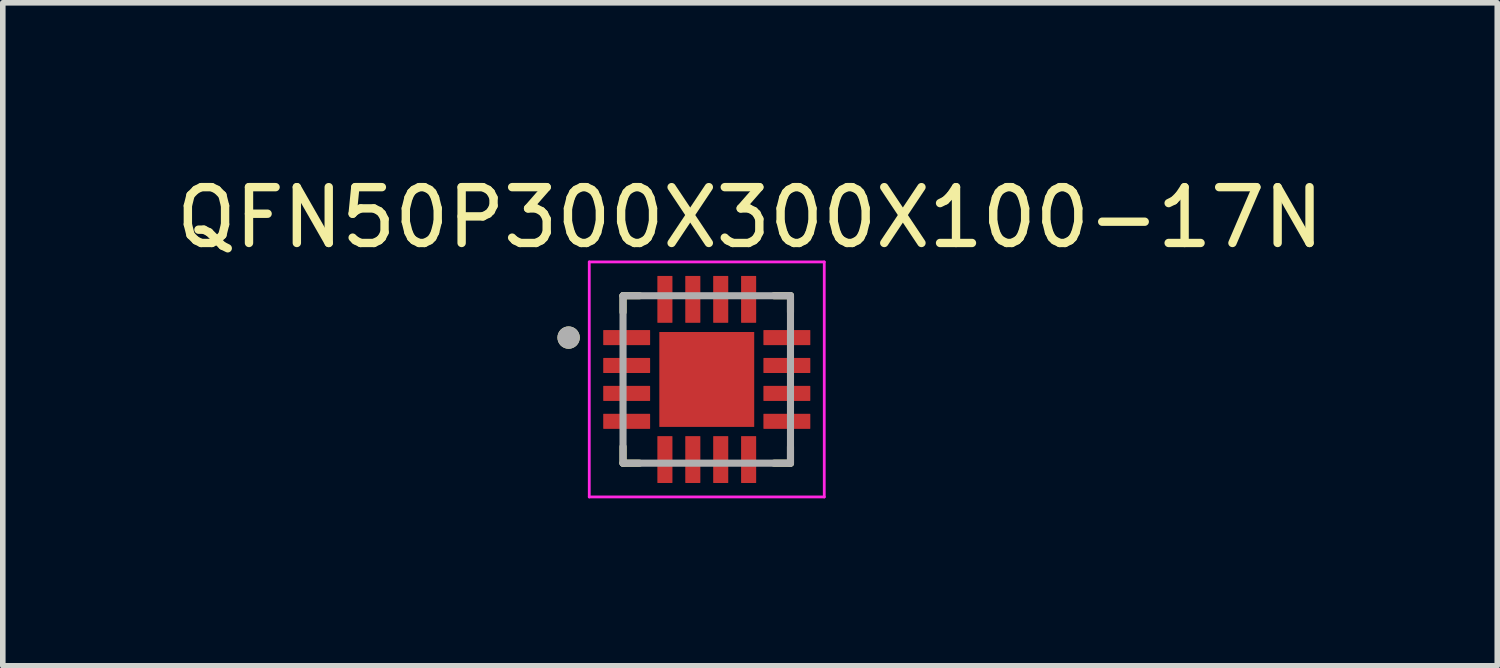
<source format=kicad_pcb>
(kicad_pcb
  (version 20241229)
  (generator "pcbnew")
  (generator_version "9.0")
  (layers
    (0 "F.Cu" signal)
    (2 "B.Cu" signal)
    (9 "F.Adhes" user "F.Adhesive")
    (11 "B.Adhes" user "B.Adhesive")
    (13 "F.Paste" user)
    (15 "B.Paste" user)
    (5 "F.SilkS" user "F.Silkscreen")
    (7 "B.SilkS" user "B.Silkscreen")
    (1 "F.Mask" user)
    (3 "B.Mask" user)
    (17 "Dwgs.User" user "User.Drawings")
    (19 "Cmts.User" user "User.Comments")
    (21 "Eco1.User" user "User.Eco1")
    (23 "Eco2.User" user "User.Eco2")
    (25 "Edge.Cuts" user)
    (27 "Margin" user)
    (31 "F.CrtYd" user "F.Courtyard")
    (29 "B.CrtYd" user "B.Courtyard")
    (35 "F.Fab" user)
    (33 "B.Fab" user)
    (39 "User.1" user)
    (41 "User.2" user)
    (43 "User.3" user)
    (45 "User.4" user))
  (footprint "QFN50P300X300X100-17N"
    (layer "F.Cu")
    (at 9.612 3.748)
    (property "Reference" "QFN50P300X300X100-17N" (at 0.775 -2.9 0) (layer "F.SilkS") (effects (font (size 1 1) (thickness 0.15))))
    (attr smd)
    (fp_line (start -1.5 -1.5) (end -1.5 -1.205) (stroke (width 0.127) (type solid)) (layer "F.SilkS"))
    (fp_line (start -1.5 -1.5) (end -1.205 -1.5) (stroke (width 0.127) (type solid)) (layer "F.SilkS"))
    (fp_line (start -1.5 1.5) (end -1.5 1.205) (stroke (width 0.127) (type solid)) (layer "F.SilkS"))
    (fp_line (start -1.5 1.5) (end -1.205 1.5) (stroke (width 0.127) (type solid)) (layer "F.SilkS"))
    (fp_line (start 1.5 -1.5) (end 1.205 -1.5) (stroke (width 0.127) (type solid)) (layer "F.SilkS"))
    (fp_line (start 1.5 -1.5) (end 1.5 -1.205) (stroke (width 0.127) (type solid)) (layer "F.SilkS"))
    (fp_line (start 1.5 1.5) (end 1.205 1.5) (stroke (width 0.127) (type solid)) (layer "F.SilkS"))
    (fp_line (start 1.5 1.5) (end 1.5 1.205) (stroke (width 0.127) (type solid)) (layer "F.SilkS"))
    (fp_circle (center -2.475 -0.75) (end -2.375 -0.75) (stroke (width 0.2) (type solid)) (fill no) (layer "F.SilkS"))
    (fp_poly (pts (xy -0.54 -0.54) (xy 0.54 -0.54) (xy 0.54 0.54) (xy -0.54 0.54)) (stroke (width 0.01) (type solid)) (fill yes) (layer "F.Paste"))
    (fp_line (start -2.105 -2.105) (end 2.105 -2.105) (stroke (width 0.05) (type solid)) (layer "F.CrtYd"))
    (fp_line (start -2.105 2.105) (end -2.105 -2.105) (stroke (width 0.05) (type solid)) (layer "F.CrtYd"))
    (fp_line (start -2.105 2.105) (end 2.105 2.105) (stroke (width 0.05) (type solid)) (layer "F.CrtYd"))
    (fp_line (start 2.105 2.105) (end 2.105 -2.105) (stroke (width 0.05) (type solid)) (layer "F.CrtYd"))
    (fp_line (start -1.5 1.5) (end -1.5 -1.5) (stroke (width 0.127) (type solid)) (layer "F.Fab"))
    (fp_line (start 1.5 -1.5) (end -1.5 -1.5) (stroke (width 0.127) (type solid)) (layer "F.Fab"))
    (fp_line (start 1.5 1.5) (end -1.5 1.5) (stroke (width 0.127) (type solid)) (layer "F.Fab"))
    (fp_line (start 1.5 1.5) (end 1.5 -1.5) (stroke (width 0.127) (type solid)) (layer "F.Fab"))
    (fp_circle (center -2.475 -0.75) (end -2.375 -0.75) (stroke (width 0.2) (type solid)) (fill no) (layer "F.Fab"))
    (pad "1" smd roundrect (at -1.435 -0.75) (size 0.84 0.27) (layers "F.Cu" "F.Mask" "F.Paste") (roundrect_rratio 0.03))
    (pad "2" smd roundrect (at -1.435 -0.25) (size 0.84 0.27) (layers "F.Cu" "F.Mask" "F.Paste") (roundrect_rratio 0.03))
    (pad "3" smd roundrect (at -1.435 0.25) (size 0.84 0.27) (layers "F.Cu" "F.Mask" "F.Paste") (roundrect_rratio 0.03))
    (pad "4" smd roundrect (at -1.435 0.75) (size 0.84 0.27) (layers "F.Cu" "F.Mask" "F.Paste") (roundrect_rratio 0.03))
    (pad "5" smd roundrect (at -0.75 1.435 90) (size 0.84 0.27) (layers "F.Cu" "F.Mask" "F.Paste") (roundrect_rratio 0.03))
    (pad "6" smd roundrect (at -0.25 1.435 90) (size 0.84 0.27) (layers "F.Cu" "F.Mask" "F.Paste") (roundrect_rratio 0.03))
    (pad "7" smd roundrect (at 0.25 1.435 90) (size 0.84 0.27) (layers "F.Cu" "F.Mask" "F.Paste") (roundrect_rratio 0.03))
    (pad "8" smd roundrect (at 0.75 1.435 90) (size 0.84 0.27) (layers "F.Cu" "F.Mask" "F.Paste") (roundrect_rratio 0.03))
    (pad "9" smd roundrect (at 1.435 0.75) (size 0.84 0.27) (layers "F.Cu" "F.Mask" "F.Paste") (roundrect_rratio 0.03))
    (pad "10" smd roundrect (at 1.435 0.25) (size 0.84 0.27) (layers "F.Cu" "F.Mask" "F.Paste") (roundrect_rratio 0.03))
    (pad "11" smd roundrect (at 1.435 -0.25) (size 0.84 0.27) (layers "F.Cu" "F.Mask" "F.Paste") (roundrect_rratio 0.03))
    (pad "12" smd roundrect (at 1.435 -0.75) (size 0.84 0.27) (layers "F.Cu" "F.Mask" "F.Paste") (roundrect_rratio 0.03))
    (pad "13" smd roundrect (at 0.75 -1.435 90) (size 0.84 0.27) (layers "F.Cu" "F.Mask" "F.Paste") (roundrect_rratio 0.03))
    (pad "14" smd roundrect (at 0.25 -1.435 90) (size 0.84 0.27) (layers "F.Cu" "F.Mask" "F.Paste") (roundrect_rratio 0.03))
    (pad "15" smd roundrect (at -0.25 -1.435 90) (size 0.84 0.27) (layers "F.Cu" "F.Mask" "F.Paste") (roundrect_rratio 0.03))
    (pad "16" smd roundrect (at -0.75 -1.435 90) (size 0.84 0.27) (layers "F.Cu" "F.Mask" "F.Paste") (roundrect_rratio 0.03))
    (pad "17" smd rect (at 0 0) (size 1.7 1.7) (layers "F.Cu" "F.Mask")))
  (gr_rect
    (start -3 -3)
    (end 23.774 8.878)
    (stroke (width 0.1) (type default))
    (fill no)
    (layer "Edge.Cuts")))
</source>
